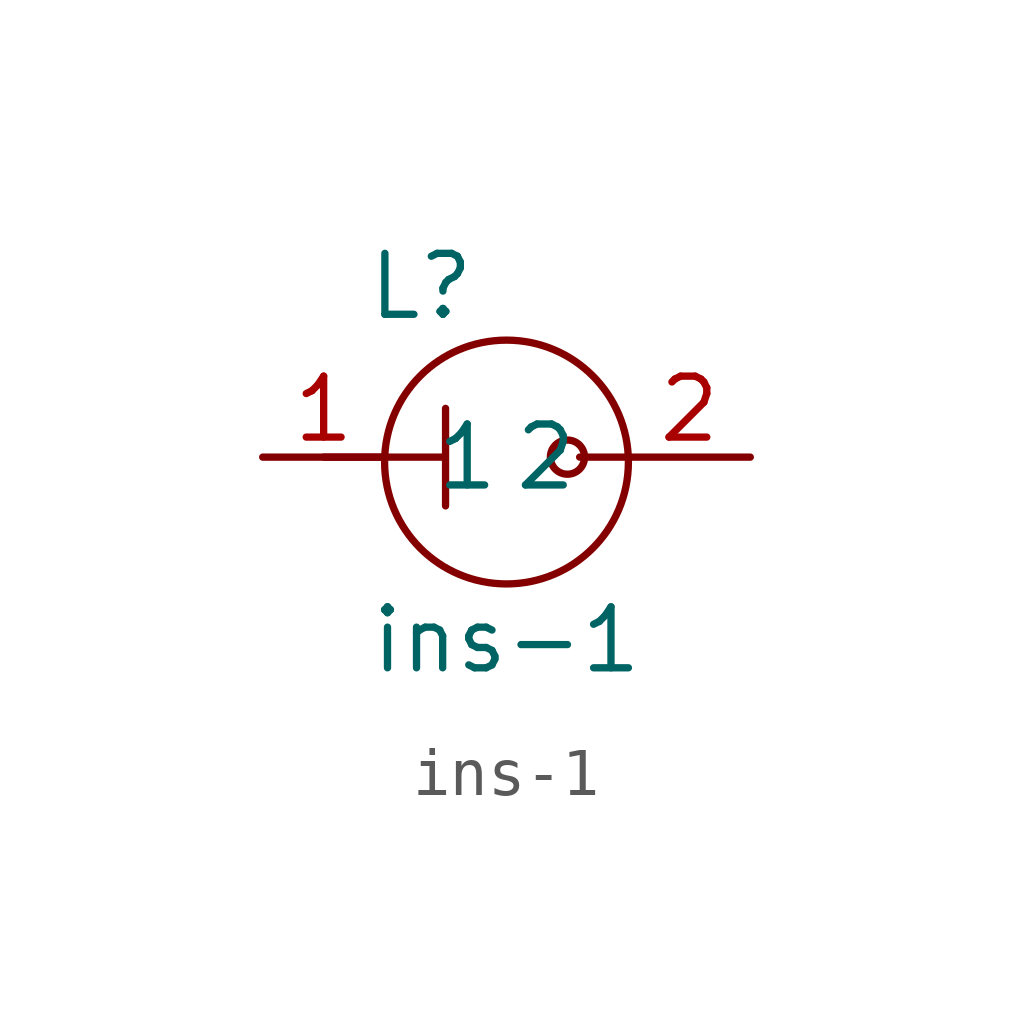
<source format=kicad_sym>
(kicad_symbol_lib
  (version 20211014)
  (generator kicad_symbol_editor)
  (symbol "ins-1"
    (pin_names
      (offset 1.016))
    (property "Reference" "L"
      (at -1.778 3.556 0)
      (effects (font (size 1.27 1.27))))
    (property "Value" "ins-1"
      (at 0 -3.81 0)
      (effects (font (size 1.27 1.27))))
    (symbol "ins-1_0_1"
      (circle (center 0 -0.102) (radius 2.54) (stroke (width 0) (type default) (color 0 0 0 0)) (fill (type none)))
      (polyline (pts (xy 2.54 0) (xy 1.524 0)) (stroke (width 0) (type default) (color 0 0 0 0)) (fill (type none)))
      (polyline (pts (xy -3.81 0) (xy -1.27 0) (xy -1.27 -1.016) (xy -1.27 1.016) (xy -1.27 -0.762)) (stroke (width 0) (type default) (color 0 0 0 0)) (fill (type none)))
      (circle (center 1.27 0) (radius 0.356) (stroke (width 0) (type default) (color 0 0 0 0)) (fill (type none))))
    (symbol "ins-1_1_1"
      (pin input line (at -5.08 0 0) (length 2.54) (name "1" (effects (font (size 1.27 1.27)))) (number "1" (effects (font (size 1.27 1.27)))))
      (pin input line (at 5.08 0 180) (length 2.54) (name "2" (effects (font (size 1.27 1.27)))) (number "2" (effects (font (size 1.27 1.27))))))))
</source>
